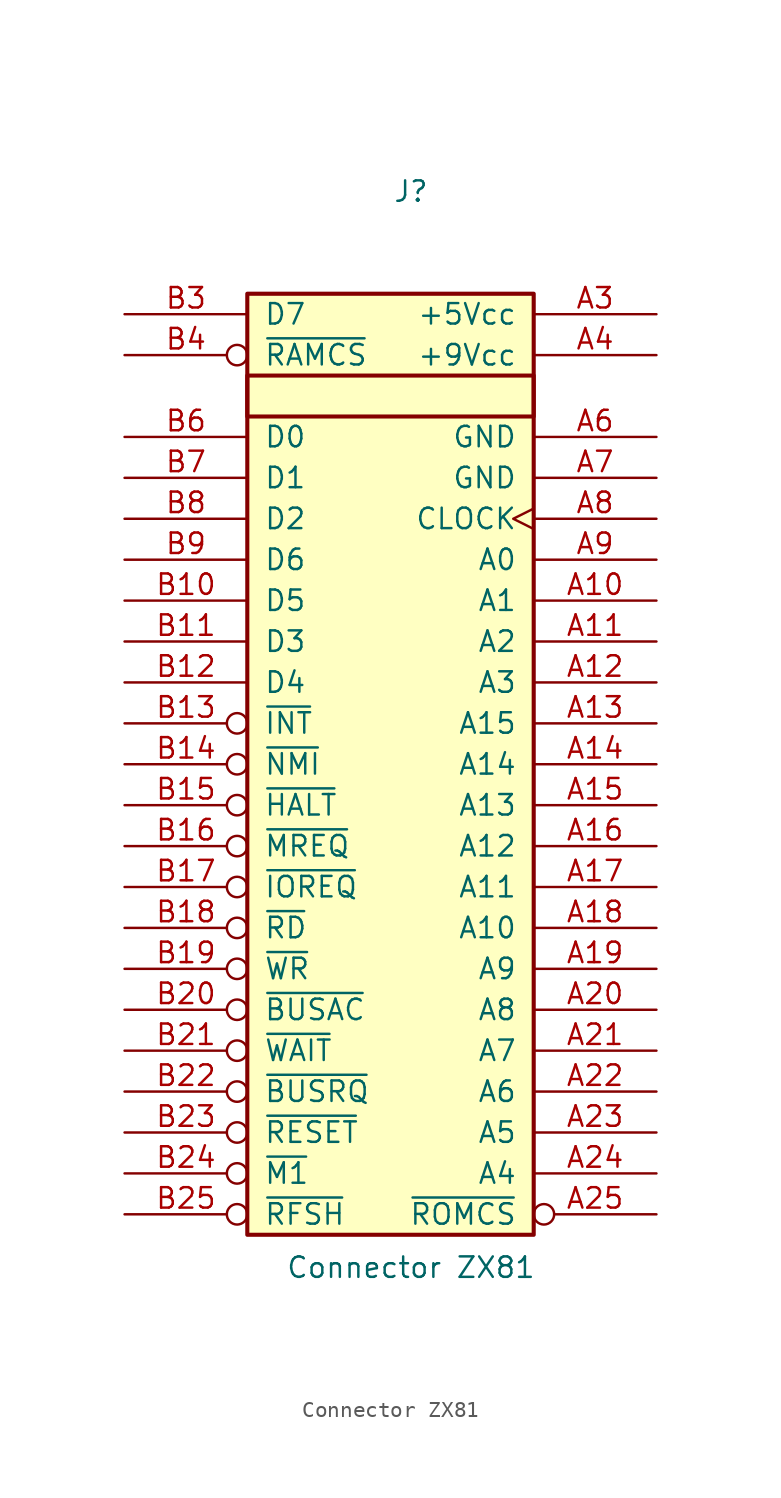
<source format=kicad_sym>
(kicad_symbol_lib
  (version 20231120)
  (generator "kicad_symbol_editor")
  (generator_version "8.0")
  (symbol "Connector ZX81"
    (pin_names
      (offset 1.016))
    (property "Reference" "J"
      (at 1.27 36.83 0)
      (effects (font (size 1.27 1.27))))
    (property "Value" "Connector ZX81"
      (at 1.27 -29.972 0)
      (effects (font (size 1.27 1.27))))
    (symbol "Connector ZX81_1_1"
      (rectangle (start -8.89 25.4) (end 8.89 22.86) (stroke (width 0.254) (type default)) (fill (type none)))
      (rectangle (start -8.89 30.48) (end 8.89 -27.94) (stroke (width 0.254) (type default)) (fill (type background)))
      (pin bidirectional line (at 16.51 11.43 180) (length 7.62) (name "A1" (effects (font (size 1.27 1.27)))) (number "A10" (effects (font (size 1.27 1.27)))))
      (pin bidirectional line (at 16.51 8.89 180) (length 7.62) (name "A2" (effects (font (size 1.27 1.27)))) (number "A11" (effects (font (size 1.27 1.27)))))
      (pin bidirectional line (at 16.51 6.35 180) (length 7.62) (name "A3" (effects (font (size 1.27 1.27)))) (number "A12" (effects (font (size 1.27 1.27)))))
      (pin bidirectional line (at 16.51 3.81 180) (length 7.62) (name "A15" (effects (font (size 1.27 1.27)))) (number "A13" (effects (font (size 1.27 1.27)))))
      (pin bidirectional line (at 16.51 1.27 180) (length 7.62) (name "A14" (effects (font (size 1.27 1.27)))) (number "A14" (effects (font (size 1.27 1.27)))))
      (pin bidirectional line (at 16.51 -1.27 180) (length 7.62) (name "A13" (effects (font (size 1.27 1.27)))) (number "A15" (effects (font (size 1.27 1.27)))))
      (pin bidirectional line (at 16.51 -3.81 180) (length 7.62) (name "A12" (effects (font (size 1.27 1.27)))) (number "A16" (effects (font (size 1.27 1.27)))))
      (pin bidirectional line (at 16.51 -6.35 180) (length 7.62) (name "A11" (effects (font (size 1.27 1.27)))) (number "A17" (effects (font (size 1.27 1.27)))))
      (pin bidirectional line (at 16.51 -8.89 180) (length 7.62) (name "A10" (effects (font (size 1.27 1.27)))) (number "A18" (effects (font (size 1.27 1.27)))))
      (pin bidirectional line (at 16.51 -11.43 180) (length 7.62) (name "A9" (effects (font (size 1.27 1.27)))) (number "A19" (effects (font (size 1.27 1.27)))))
      (pin bidirectional line (at 16.51 -13.97 180) (length 7.62) (name "A8" (effects (font (size 1.27 1.27)))) (number "A20" (effects (font (size 1.27 1.27)))))
      (pin bidirectional line (at 16.51 -16.51 180) (length 7.62) (name "A7" (effects (font (size 1.27 1.27)))) (number "A21" (effects (font (size 1.27 1.27)))))
      (pin bidirectional line (at 16.51 -19.05 180) (length 7.62) (name "A6" (effects (font (size 1.27 1.27)))) (number "A22" (effects (font (size 1.27 1.27)))))
      (pin bidirectional line (at 16.51 -21.59 180) (length 7.62) (name "A5" (effects (font (size 1.27 1.27)))) (number "A23" (effects (font (size 1.27 1.27)))))
      (pin bidirectional line (at 16.51 -24.13 180) (length 7.62) (name "A4" (effects (font (size 1.27 1.27)))) (number "A24" (effects (font (size 1.27 1.27)))))
      (pin bidirectional inverted (at 16.51 -26.67 180) (length 7.62) (name "~{ROMCS}" (effects (font (size 1.27 1.27)))) (number "A25" (effects (font (size 1.27 1.27)))))
      (pin input line (at 16.51 29.21 180) (length 7.62) (name "+5Vcc" (effects (font (size 1.27 1.27)))) (number "A3" (effects (font (size 1.27 1.27)))))
      (pin bidirectional line (at 16.51 26.67 180) (length 7.62) (name "+9Vcc" (effects (font (size 1.27 1.27)))) (number "A4" (effects (font (size 1.27 1.27)))))
      (pin input line (at 16.51 21.59 180) (length 7.62) (name "GND" (effects (font (size 1.27 1.27)))) (number "A6" (effects (font (size 1.27 1.27)))))
      (pin input line (at 16.51 19.05 180) (length 7.62) (name "GND" (effects (font (size 1.27 1.27)))) (number "A7" (effects (font (size 1.27 1.27)))))
      (pin bidirectional clock (at 16.51 16.51 180) (length 7.62) (name "CLOCK" (effects (font (size 1.27 1.27)))) (number "A8" (effects (font (size 1.27 1.27)))))
      (pin bidirectional line (at 16.51 13.97 180) (length 7.62) (name "A0" (effects (font (size 1.27 1.27)))) (number "A9" (effects (font (size 1.27 1.27)))))
      (pin bidirectional line (at -16.51 11.43 0) (length 7.62) (name "D5" (effects (font (size 1.27 1.27)))) (number "B10" (effects (font (size 1.27 1.27)))))
      (pin bidirectional line (at -16.51 8.89 0) (length 7.62) (name "D3" (effects (font (size 1.27 1.27)))) (number "B11" (effects (font (size 1.27 1.27)))))
      (pin bidirectional line (at -16.51 6.35 0) (length 7.62) (name "D4" (effects (font (size 1.27 1.27)))) (number "B12" (effects (font (size 1.27 1.27)))))
      (pin bidirectional inverted (at -16.51 3.81 0) (length 7.62) (name "~{INT}" (effects (font (size 1.27 1.27)))) (number "B13" (effects (font (size 1.27 1.27)))))
      (pin bidirectional inverted (at -16.51 1.27 0) (length 7.62) (name "~{NMI}" (effects (font (size 1.27 1.27)))) (number "B14" (effects (font (size 1.27 1.27)))))
      (pin bidirectional inverted (at -16.51 -1.27 0) (length 7.62) (name "~{HALT}" (effects (font (size 1.27 1.27)))) (number "B15" (effects (font (size 1.27 1.27)))))
      (pin bidirectional inverted (at -16.51 -3.81 0) (length 7.62) (name "~{MREQ}" (effects (font (size 1.27 1.27)))) (number "B16" (effects (font (size 1.27 1.27)))))
      (pin bidirectional inverted (at -16.51 -6.35 0) (length 7.62) (name "~{IOREQ}" (effects (font (size 1.27 1.27)))) (number "B17" (effects (font (size 1.27 1.27)))))
      (pin bidirectional inverted (at -16.51 -8.89 0) (length 7.62) (name "~{RD}" (effects (font (size 1.27 1.27)))) (number "B18" (effects (font (size 1.27 1.27)))))
      (pin bidirectional inverted (at -16.51 -11.43 0) (length 7.62) (name "~{WR}" (effects (font (size 1.27 1.27)))) (number "B19" (effects (font (size 1.27 1.27)))))
      (pin bidirectional inverted (at -16.51 -13.97 0) (length 7.62) (name "~{BUSAC}" (effects (font (size 1.27 1.27)))) (number "B20" (effects (font (size 1.27 1.27)))))
      (pin bidirectional inverted (at -16.51 -16.51 0) (length 7.62) (name "~{WAIT}" (effects (font (size 1.27 1.27)))) (number "B21" (effects (font (size 1.27 1.27)))))
      (pin bidirectional inverted (at -16.51 -19.05 0) (length 7.62) (name "~{BUSRQ}" (effects (font (size 1.27 1.27)))) (number "B22" (effects (font (size 1.27 1.27)))))
      (pin bidirectional inverted (at -16.51 -21.59 0) (length 7.62) (name "~{RESET}" (effects (font (size 1.27 1.27)))) (number "B23" (effects (font (size 1.27 1.27)))))
      (pin bidirectional inverted (at -16.51 -24.13 0) (length 7.62) (name "~{M1}" (effects (font (size 1.27 1.27)))) (number "B24" (effects (font (size 1.27 1.27)))))
      (pin bidirectional inverted (at -16.51 -26.67 0) (length 7.62) (name "~{RFSH}" (effects (font (size 1.27 1.27)))) (number "B25" (effects (font (size 1.27 1.27)))))
      (pin bidirectional line (at -16.51 29.21 0) (length 7.62) (name "D7" (effects (font (size 1.27 1.27)))) (number "B3" (effects (font (size 1.27 1.27)))))
      (pin input inverted (at -16.51 26.67 0) (length 7.62) (name "~{RAMCS}" (effects (font (size 1.27 1.27)))) (number "B4" (effects (font (size 1.27 1.27)))))
      (pin bidirectional line (at -16.51 21.59 0) (length 7.62) (name "D0" (effects (font (size 1.27 1.27)))) (number "B6" (effects (font (size 1.27 1.27)))))
      (pin bidirectional line (at -16.51 19.05 0) (length 7.62) (name "D1" (effects (font (size 1.27 1.27)))) (number "B7" (effects (font (size 1.27 1.27)))))
      (pin bidirectional line (at -16.51 16.51 0) (length 7.62) (name "D2" (effects (font (size 1.27 1.27)))) (number "B8" (effects (font (size 1.27 1.27)))))
      (pin bidirectional line (at -16.51 13.97 0) (length 7.62) (name "D6" (effects (font (size 1.27 1.27)))) (number "B9" (effects (font (size 1.27 1.27))))))))
</source>
